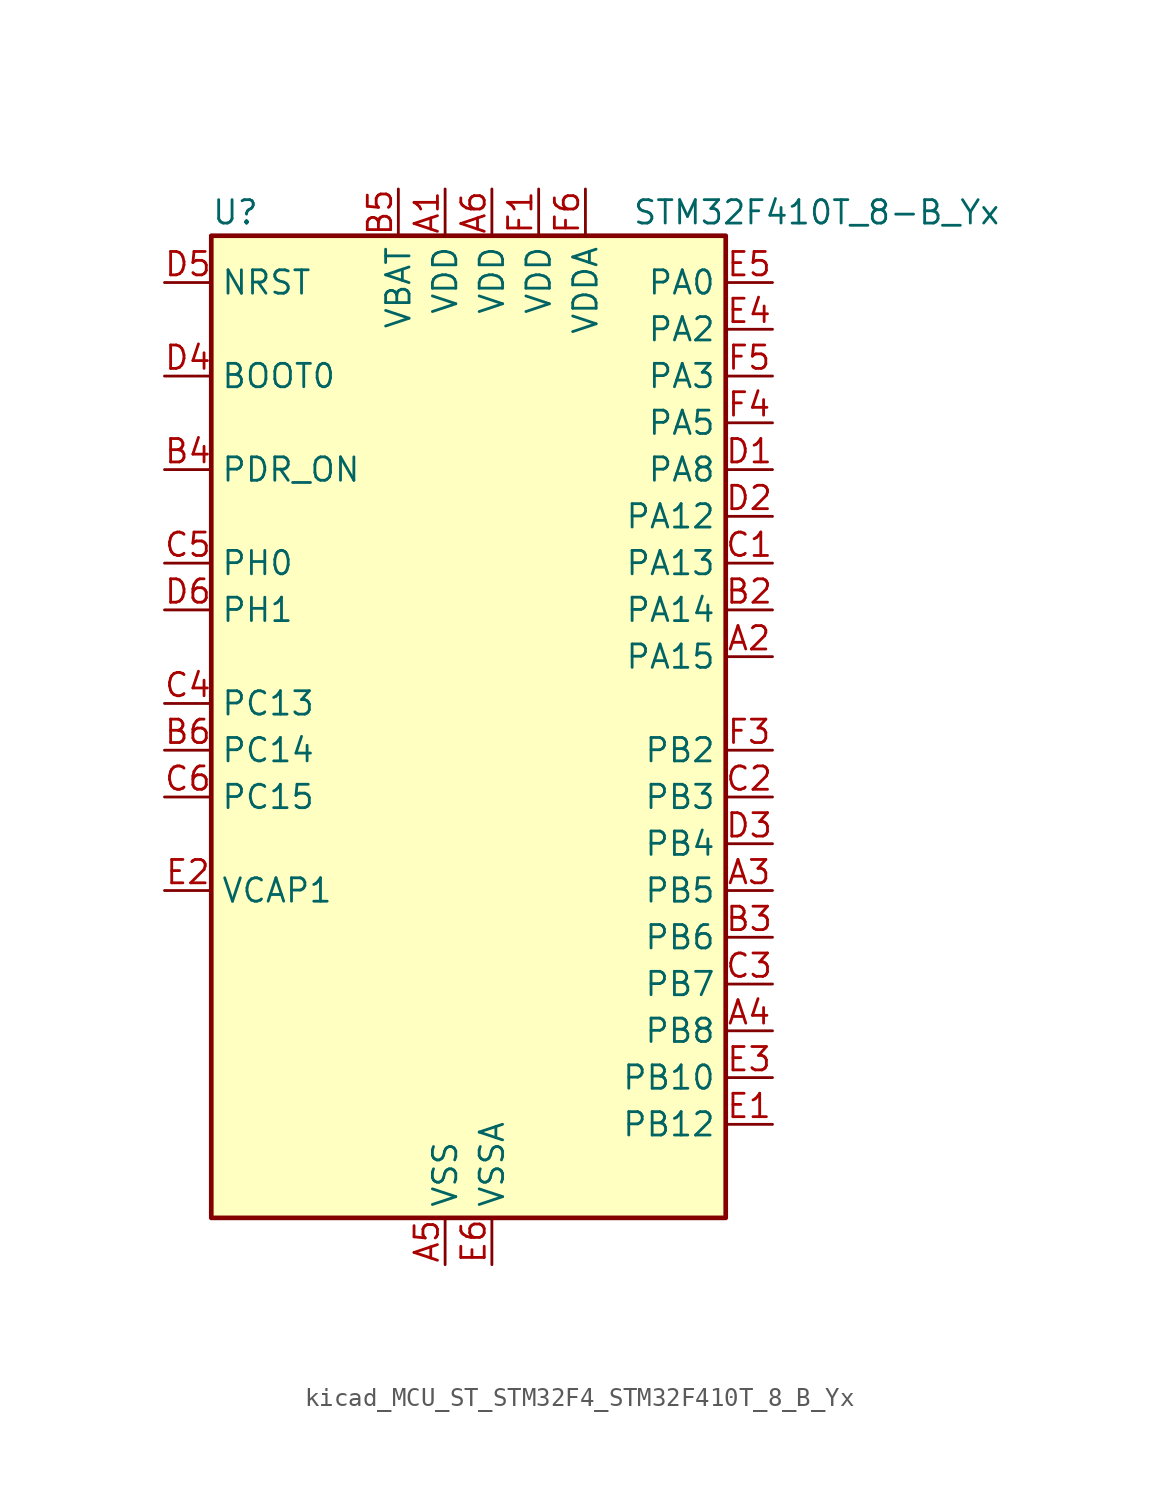
<source format=kicad_sym>
(kicad_symbol_lib
  (version 20220914)
  (generator kicad_symbol_editor)
  (symbol "kicad_MCU_ST_STM32F4_STM32F410T_8_B_Yx"
    (property "Reference" "U"
      (at -12.7 29.21 0)
      (effects (font (size 1.27 1.27)) (justify left)))
    (property "Value" "STM32F410T_8-B_Yx"
      (at 10.16 29.21 0)
      (effects (font (size 1.27 1.27)) (justify left)))
    (property "ki_locked" ""
      (at 0 0 0)
      (effects (font (size 1.27 1.27))))
    (symbol "kicad_MCU_ST_STM32F4_STM32F410T_8_B_Yx_0_1"
      (rectangle (start -12.7 -25.4) (end 15.24 27.94) (stroke (width 0.254) (type default)) (fill (type background))))
    (symbol "kicad_MCU_ST_STM32F4_STM32F410T_8_B_Yx_1_1"
      (pin power_in line (at 0 30.48 270) (length 2.54) (name "VDD" (effects (font (size 1.27 1.27)))) (number "A1" (effects (font (size 1.27 1.27)))))
      (pin bidirectional line (at 17.78 5.08 180) (length 2.54) (name "PA15" (effects (font (size 1.27 1.27)))) (number "A2" (effects (font (size 1.27 1.27)))) (alternate "ADC1_EXTI15" bidirectional line) (alternate "I2S1_WS" bidirectional line) (alternate "SPI1_NSS" bidirectional line) (alternate "SYS_JTDI" bidirectional line) (alternate "USART1_TX" bidirectional line))
      (pin bidirectional line (at 17.78 -7.62 180) (length 2.54) (name "PB5" (effects (font (size 1.27 1.27)))) (number "A3" (effects (font (size 1.27 1.27)))) (alternate "I2C1_SMBA" bidirectional line) (alternate "I2S1_SD" bidirectional line) (alternate "LPTIM1_IN1" bidirectional line) (alternate "SPI1_MOSI" bidirectional line))
      (pin bidirectional line (at 17.78 -15.24 180) (length 2.54) (name "PB8" (effects (font (size 1.27 1.27)))) (number "A4" (effects (font (size 1.27 1.27)))) (alternate "I2C1_SCL" bidirectional line) (alternate "LPTIM1_OUT" bidirectional line))
      (pin power_in line (at 0 -27.94 90) (length 2.54) (name "VSS" (effects (font (size 1.27 1.27)))) (number "A5" (effects (font (size 1.27 1.27)))))
      (pin power_in line (at 2.54 30.48 270) (length 2.54) (name "VDD" (effects (font (size 1.27 1.27)))) (number "A6" (effects (font (size 1.27 1.27)))))
      (pin passive line (at 0 -27.94 90) (length 2.54) hide (name "VSS" (effects (font (size 1.27 1.27)))) (number "B1" (effects (font (size 1.27 1.27)))))
      (pin bidirectional line (at 17.78 7.62 180) (length 2.54) (name "PA14" (effects (font (size 1.27 1.27)))) (number "B2" (effects (font (size 1.27 1.27)))) (alternate "SYS_JTCK-SWCLK" bidirectional line))
      (pin bidirectional line (at 17.78 -10.16 180) (length 2.54) (name "PB6" (effects (font (size 1.27 1.27)))) (number "B3" (effects (font (size 1.27 1.27)))) (alternate "I2C1_SCL" bidirectional line) (alternate "LPTIM1_ETR" bidirectional line) (alternate "USART1_TX" bidirectional line))
      (pin input line (at -15.24 15.24 0) (length 2.54) (name "PDR_ON" (effects (font (size 1.27 1.27)))) (number "B4" (effects (font (size 1.27 1.27)))))
      (pin power_in line (at -2.54 30.48 270) (length 2.54) (name "VBAT" (effects (font (size 1.27 1.27)))) (number "B5" (effects (font (size 1.27 1.27)))))
      (pin bidirectional line (at -15.24 0 0) (length 2.54) (name "PC14" (effects (font (size 1.27 1.27)))) (number "B6" (effects (font (size 1.27 1.27)))) (alternate "RCC_OSC32_IN" bidirectional line))
      (pin bidirectional line (at 17.78 10.16 180) (length 2.54) (name "PA13" (effects (font (size 1.27 1.27)))) (number "C1" (effects (font (size 1.27 1.27)))) (alternate "SYS_JTMS-SWDIO" bidirectional line))
      (pin bidirectional line (at 17.78 -2.54 180) (length 2.54) (name "PB3" (effects (font (size 1.27 1.27)))) (number "C2" (effects (font (size 1.27 1.27)))) (alternate "FMPI2C1_SDA" bidirectional line) (alternate "I2C2_SDA" bidirectional line) (alternate "I2S1_CK" bidirectional line) (alternate "SPI1_SCK" bidirectional line) (alternate "SYS_JTDO-SWO" bidirectional line) (alternate "USART1_RX" bidirectional line))
      (pin bidirectional line (at 17.78 -12.7 180) (length 2.54) (name "PB7" (effects (font (size 1.27 1.27)))) (number "C3" (effects (font (size 1.27 1.27)))) (alternate "I2C1_SDA" bidirectional line) (alternate "LPTIM1_IN2" bidirectional line) (alternate "USART1_RX" bidirectional line))
      (pin bidirectional line (at -15.24 2.54 0) (length 2.54) (name "PC13" (effects (font (size 1.27 1.27)))) (number "C4" (effects (font (size 1.27 1.27)))) (alternate "RTC_AF1" bidirectional line))
      (pin bidirectional line (at -15.24 10.16 0) (length 2.54) (name "PH0" (effects (font (size 1.27 1.27)))) (number "C5" (effects (font (size 1.27 1.27)))) (alternate "RCC_OSC_IN" bidirectional line))
      (pin bidirectional line (at -15.24 -2.54 0) (length 2.54) (name "PC15" (effects (font (size 1.27 1.27)))) (number "C6" (effects (font (size 1.27 1.27)))) (alternate "ADC1_EXTI15" bidirectional line) (alternate "RCC_OSC32_OUT" bidirectional line))
      (pin bidirectional line (at 17.78 15.24 180) (length 2.54) (name "PA8" (effects (font (size 1.27 1.27)))) (number "D1" (effects (font (size 1.27 1.27)))) (alternate "FMPI2C1_SCL" bidirectional line) (alternate "RCC_MCO_1" bidirectional line) (alternate "TIM1_CH1" bidirectional line) (alternate "USART1_CK" bidirectional line))
      (pin bidirectional line (at 17.78 12.7 180) (length 2.54) (name "PA12" (effects (font (size 1.27 1.27)))) (number "D2" (effects (font (size 1.27 1.27)))) (alternate "TIM1_ETR" bidirectional line) (alternate "USART1_RTS" bidirectional line))
      (pin bidirectional line (at 17.78 -5.08 180) (length 2.54) (name "PB4" (effects (font (size 1.27 1.27)))) (number "D3" (effects (font (size 1.27 1.27)))) (alternate "SPI1_MISO" bidirectional line) (alternate "SYS_JTRST" bidirectional line))
      (pin input line (at -15.24 20.32 0) (length 2.54) (name "BOOT0" (effects (font (size 1.27 1.27)))) (number "D4" (effects (font (size 1.27 1.27)))))
      (pin input line (at -15.24 25.4 0) (length 2.54) (name "NRST" (effects (font (size 1.27 1.27)))) (number "D5" (effects (font (size 1.27 1.27)))))
      (pin bidirectional line (at -15.24 7.62 0) (length 2.54) (name "PH1" (effects (font (size 1.27 1.27)))) (number "D6" (effects (font (size 1.27 1.27)))) (alternate "RCC_OSC_OUT" bidirectional line))
      (pin bidirectional line (at 17.78 -20.32 180) (length 2.54) (name "PB12" (effects (font (size 1.27 1.27)))) (number "E1" (effects (font (size 1.27 1.27)))) (alternate "I2C2_SMBA" bidirectional line) (alternate "TIM1_BKIN" bidirectional line) (alternate "TIM5_CH1" bidirectional line))
      (pin power_out line (at -15.24 -7.62 0) (length 2.54) (name "VCAP1" (effects (font (size 1.27 1.27)))) (number "E2" (effects (font (size 1.27 1.27)))))
      (pin bidirectional line (at 17.78 -17.78 180) (length 2.54) (name "PB10" (effects (font (size 1.27 1.27)))) (number "E3" (effects (font (size 1.27 1.27)))) (alternate "FMPI2C1_SCL" bidirectional line) (alternate "I2C2_SCL" bidirectional line) (alternate "I2S1_MCK" bidirectional line))
      (pin bidirectional line (at 17.78 22.86 180) (length 2.54) (name "PA2" (effects (font (size 1.27 1.27)))) (number "E4" (effects (font (size 1.27 1.27)))) (alternate "ADC1_IN2" bidirectional line) (alternate "I2S_CKIN" bidirectional line) (alternate "TIM5_CH3" bidirectional line) (alternate "TIM9_CH1" bidirectional line) (alternate "USART2_TX" bidirectional line))
      (pin bidirectional line (at 17.78 25.4 180) (length 2.54) (name "PA0" (effects (font (size 1.27 1.27)))) (number "E5" (effects (font (size 1.27 1.27)))) (alternate "ADC1_IN0" bidirectional line) (alternate "SYS_WKUP1" bidirectional line) (alternate "TIM5_CH1" bidirectional line) (alternate "USART2_CTS" bidirectional line))
      (pin power_in line (at 2.54 -27.94 90) (length 2.54) (name "VSSA" (effects (font (size 1.27 1.27)))) (number "E6" (effects (font (size 1.27 1.27)))))
      (pin power_in line (at 5.08 30.48 270) (length 2.54) (name "VDD" (effects (font (size 1.27 1.27)))) (number "F1" (effects (font (size 1.27 1.27)))))
      (pin passive line (at 0 -27.94 90) (length 2.54) hide (name "VSS" (effects (font (size 1.27 1.27)))) (number "F2" (effects (font (size 1.27 1.27)))))
      (pin bidirectional line (at 17.78 0 180) (length 2.54) (name "PB2" (effects (font (size 1.27 1.27)))) (number "F3" (effects (font (size 1.27 1.27)))) (alternate "LPTIM1_OUT" bidirectional line))
      (pin bidirectional line (at 17.78 17.78 180) (length 2.54) (name "PA5" (effects (font (size 1.27 1.27)))) (number "F4" (effects (font (size 1.27 1.27)))) (alternate "ADC1_IN5" bidirectional line) (alternate "DAC_OUT1" bidirectional line) (alternate "I2S1_CK" bidirectional line) (alternate "SPI1_SCK" bidirectional line))
      (pin bidirectional line (at 17.78 20.32 180) (length 2.54) (name "PA3" (effects (font (size 1.27 1.27)))) (number "F5" (effects (font (size 1.27 1.27)))) (alternate "ADC1_IN3" bidirectional line) (alternate "TIM5_CH4" bidirectional line) (alternate "TIM9_CH2" bidirectional line) (alternate "USART2_RX" bidirectional line))
      (pin power_in line (at 7.62 30.48 270) (length 2.54) (name "VDDA" (effects (font (size 1.27 1.27)))) (number "F6" (effects (font (size 1.27 1.27))))))))
</source>
